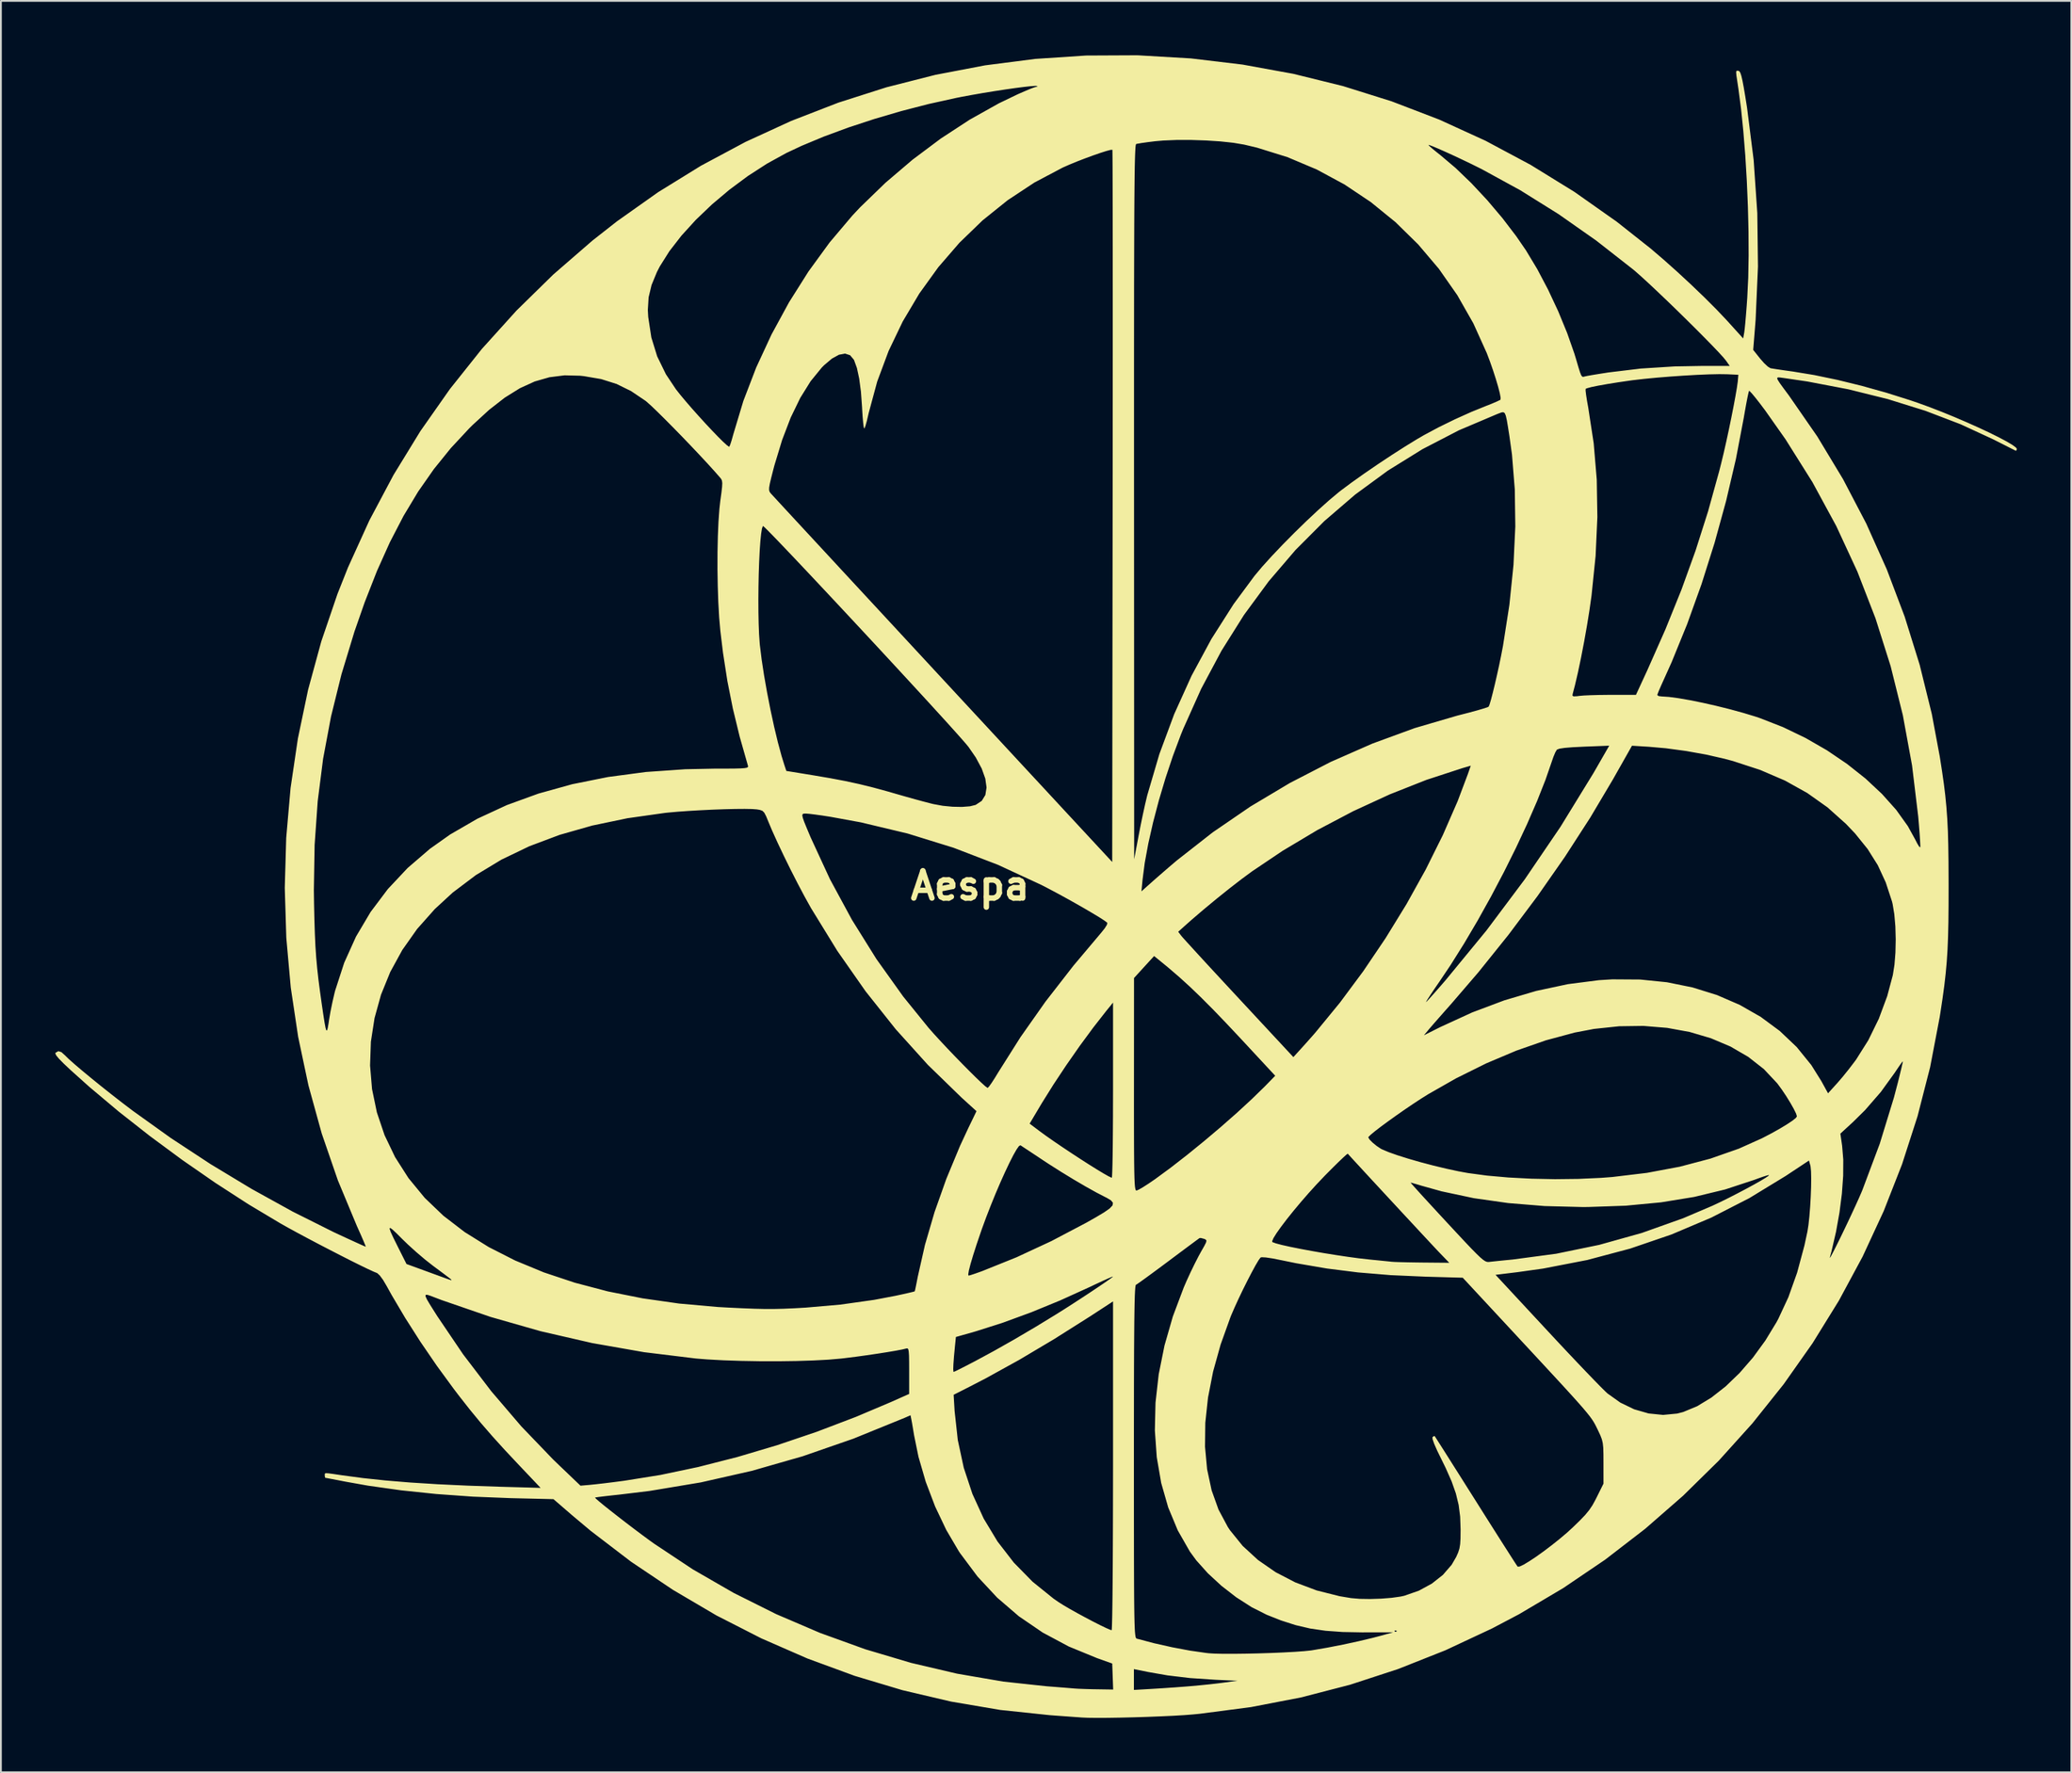
<source format=kicad_pcb>
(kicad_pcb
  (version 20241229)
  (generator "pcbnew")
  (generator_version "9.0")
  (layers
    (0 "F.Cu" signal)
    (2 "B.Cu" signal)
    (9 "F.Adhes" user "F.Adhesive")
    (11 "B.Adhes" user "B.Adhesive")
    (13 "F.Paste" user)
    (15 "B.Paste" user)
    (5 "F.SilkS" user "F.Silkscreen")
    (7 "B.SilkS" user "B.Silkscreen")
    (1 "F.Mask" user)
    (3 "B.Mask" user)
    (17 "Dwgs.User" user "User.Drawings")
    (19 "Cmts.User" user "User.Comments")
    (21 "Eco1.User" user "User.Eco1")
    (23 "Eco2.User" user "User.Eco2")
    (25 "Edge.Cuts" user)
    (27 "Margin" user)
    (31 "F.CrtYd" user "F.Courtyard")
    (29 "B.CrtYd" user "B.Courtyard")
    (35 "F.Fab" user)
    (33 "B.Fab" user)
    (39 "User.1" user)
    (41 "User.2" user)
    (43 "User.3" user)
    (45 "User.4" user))
  (footprint "Aespa"
    (layer "F.Cu")
    (at 50.432 45.812)
    (property "Reference" "Aespa" (at 0 0 0) (layer "F.SilkS") (effects (font (size 1.5 1.5) (thickness 0.3))))
    (attr board_only exclude_from_pos_files exclude_from_bom)
    (fp_poly (pts (xy 9.288 -45.809) (xy 12.176 -45.639) (xy 15.018 -45.299) (xy 17.811 -44.79) (xy 20.551 -44.114) (xy 23.234 -43.272) (xy 25.856 -42.266) (xy 28.412 -41.097) (xy 30.898 -39.767) (xy 33.312 -38.277) (xy 35.647 -36.63) (xy 37.508 -35.157) (xy 38.231 -34.538) (xy 38.992 -33.859) (xy 39.755 -33.151) (xy 40.486 -32.449) (xy 41.15 -31.784) (xy 41.713 -31.189) (xy 41.773 -31.123) (xy 42.614 -30.192) (xy 42.673 -30.517) (xy 42.698 -30.711) (xy 42.731 -31.046) (xy 42.769 -31.485) (xy 42.809 -31.993) (xy 42.84 -32.436) (xy 42.893 -33.531) (xy 42.916 -34.762) (xy 42.909 -36.091) (xy 42.875 -37.479) (xy 42.815 -38.889) (xy 42.731 -40.281) (xy 42.624 -41.619) (xy 42.497 -42.864) (xy 42.352 -43.963) (xy 42.287 -44.394) (xy 42.245 -44.679) (xy 42.228 -44.849) (xy 42.234 -44.932) (xy 42.264 -44.959) (xy 42.316 -44.96) (xy 42.342 -44.959) (xy 42.4 -44.935) (xy 42.456 -44.85) (xy 42.512 -44.684) (xy 42.574 -44.419) (xy 42.647 -44.034) (xy 42.735 -43.511) (xy 42.828 -42.923) (xy 43.192 -40.037) (xy 43.393 -37.106) (xy 43.43 -34.161) (xy 43.301 -31.226) (xy 43.266 -30.778) (xy 43.167 -29.561) (xy 43.554 -29.075) (xy 43.773 -28.825) (xy 43.976 -28.637) (xy 44.118 -28.551) (xy 44.118 -28.551) (xy 44.273 -28.524) (xy 44.561 -28.48) (xy 44.941 -28.424) (xy 45.357 -28.366) (xy 46.525 -28.174) (xy 47.802 -27.908) (xy 49.142 -27.58) (xy 50.498 -27.201) (xy 51.824 -26.782) (xy 52.269 -26.63) (xy 52.909 -26.397) (xy 53.58 -26.136) (xy 54.262 -25.857) (xy 54.934 -25.569) (xy 55.577 -25.281) (xy 56.171 -25.003) (xy 56.695 -24.744) (xy 57.13 -24.513) (xy 57.456 -24.319) (xy 57.652 -24.173) (xy 57.703 -24.096) (xy 57.667 -24) (xy 57.637 -24) (xy 57.538 -24.049) (xy 57.311 -24.163) (xy 56.987 -24.328) (xy 56.594 -24.527) (xy 56.42 -24.616) (xy 54.606 -25.456) (xy 52.657 -26.201) (xy 50.587 -26.846) (xy 48.413 -27.387) (xy 46.152 -27.818) (xy 44.839 -28.012) (xy 44.656 -28.037) (xy 44.537 -28.044) (xy 44.487 -28.01) (xy 44.514 -27.917) (xy 44.624 -27.742) (xy 44.823 -27.466) (xy 45.118 -27.069) (xy 45.146 -27.031) (xy 46.7 -24.785) (xy 48.119 -22.431) (xy 49.399 -19.982) (xy 50.533 -17.449) (xy 51.517 -14.847) (xy 52.345 -12.187) (xy 53.012 -9.483) (xy 53.453 -7.124) (xy 53.575 -6.338) (xy 53.676 -5.633) (xy 53.756 -4.978) (xy 53.818 -4.343) (xy 53.865 -3.696) (xy 53.899 -3.006) (xy 53.92 -2.243) (xy 53.933 -1.375) (xy 53.938 -0.371) (xy 53.939 0) (xy 53.937 1.066) (xy 53.928 1.987) (xy 53.909 2.793) (xy 53.88 3.517) (xy 53.837 4.189) (xy 53.778 4.841) (xy 53.702 5.506) (xy 53.606 6.212) (xy 53.488 6.994) (xy 53.449 7.242) (xy 52.922 10.002) (xy 52.228 12.71) (xy 51.374 15.36) (xy 50.362 17.944) (xy 49.199 20.456) (xy 47.889 22.889) (xy 46.437 25.238) (xy 44.847 27.495) (xy 43.124 29.654) (xy 41.274 31.708) (xy 39.3 33.65) (xy 37.209 35.475) (xy 35.004 37.176) (xy 32.69 38.745) (xy 30.272 40.177) (xy 28.78 40.965) (xy 26.196 42.175) (xy 23.583 43.211) (xy 20.933 44.077) (xy 18.237 44.775) (xy 15.487 45.306) (xy 12.673 45.674) (xy 12.296 45.711) (xy 11.805 45.75) (xy 11.2 45.786) (xy 10.514 45.818) (xy 9.777 45.847) (xy 9.024 45.871) (xy 8.287 45.888) (xy 7.597 45.899) (xy 6.988 45.902) (xy 6.492 45.896) (xy 6.151 45.882) (xy 5.902 45.863) (xy 5.522 45.836) (xy 5.056 45.802) (xy 4.551 45.765) (xy 4.381 45.752) (xy 1.656 45.464) (xy -1.051 45.004) (xy -3.731 44.375) (xy -6.375 43.581) (xy -8.971 42.627) (xy -11.511 41.516) (xy -13.986 40.252) (xy -16.384 38.84) (xy -18.698 37.284) (xy -20.916 35.587) (xy -21.95 34.719) (xy -22.97 33.837) (xy -25.358 33.78) (xy -26.133 33.749) (xy -20.68 33.749) (xy -20.627 33.813) (xy -20.452 33.966) (xy -20.179 34.191) (xy -19.828 34.471) (xy -19.421 34.79) (xy -18.98 35.132) (xy -18.525 35.478) (xy -18.079 35.813) (xy -17.662 36.12) (xy -17.424 36.291) (xy -15.289 37.709) (xy -13.039 39.007) (xy -10.693 40.179) (xy -8.269 41.218) (xy -5.786 42.116) (xy -3.264 42.867) (xy -0.719 43.464) (xy 1.828 43.901) (xy 4.204 44.158) (xy 4.682 44.195) (xy 5.123 44.23) (xy 5.484 44.259) (xy 5.72 44.279) (xy 5.753 44.282) (xy 5.974 44.296) (xy 6.318 44.309) (xy 6.726 44.321) (xy 6.973 44.325) (xy 7.884 44.339) (xy 7.864 43.786) (xy 9.027 43.786) (xy 9.027 44.361) (xy 10.067 44.3) (xy 10.623 44.265) (xy 11.251 44.222) (xy 11.852 44.177) (xy 12.125 44.155) (xy 12.639 44.108) (xy 13.191 44.052) (xy 13.697 43.994) (xy 13.939 43.963) (xy 14.736 43.855) (xy 13.497 43.798) (xy 12.124 43.706) (xy 10.869 43.556) (xy 9.802 43.369) (xy 9.027 43.212) (xy 9.027 43.786) (xy 7.864 43.786) (xy 7.858 43.622) (xy 7.832 42.904) (xy 6.992 42.605) (xy 5.436 41.965) (xy 4.003 41.198) (xy 2.688 40.3) (xy 1.491 39.27) (xy 0.409 38.108) (xy -0.559 36.811) (xy -0.627 36.709) (xy -1.317 35.534) (xy -1.931 34.241) (xy -2.448 32.88) (xy -2.849 31.499) (xy -3.091 30.312) (xy -3.149 29.962) (xy -3.202 29.649) (xy -3.239 29.451) (xy -3.288 29.209) (xy -3.613 29.351) (xy -6.431 30.498) (xy -9.236 31.472) (xy -12.039 32.276) (xy -14.85 32.913) (xy -17.679 33.385) (xy -19.332 33.585) (xy -19.795 33.635) (xy -20.19 33.68) (xy -20.487 33.717) (xy -20.655 33.742) (xy -20.68 33.749) (xy -26.133 33.749) (xy -27.408 33.698) (xy -29.421 33.554) (xy -31.36 33.351) (xy -33.191 33.093) (xy -34.427 32.873) (xy -34.845 32.792) (xy -35.194 32.725) (xy -35.441 32.678) (xy -35.553 32.658) (xy -35.556 32.657) (xy -35.575 32.585) (xy -35.578 32.524) (xy -35.58 32.46) (xy -35.566 32.42) (xy -35.505 32.404) (xy -35.367 32.413) (xy -35.122 32.446) (xy -34.738 32.503) (xy -34.626 32.52) (xy -33.48 32.673) (xy -32.23 32.806) (xy -30.861 32.919) (xy -29.358 33.014) (xy -27.709 33.091) (xy -25.897 33.153) (xy -25.89 33.153) (xy -23.68 33.215) (xy -24.888 31.94) (xy -25.669 31.107) (xy -26.352 30.352) (xy -26.971 29.637) (xy -27.56 28.922) (xy -28.152 28.169) (xy -28.458 27.768) (xy -29.398 26.482) (xy -30.304 25.157) (xy -31.146 23.837) (xy -31.848 22.649) (xy -30.024 22.649) (xy -29.945 22.823) (xy -29.777 23.106) (xy -29.519 23.516) (xy -29.376 23.742) (xy -27.952 25.847) (xy -26.399 27.884) (xy -24.743 29.822) (xy -23.01 31.627) (xy -22.67 31.956) (xy -21.481 33.094) (xy -20.94 33.046) (xy -20.654 33.017) (xy -20.241 32.97) (xy -19.751 32.91) (xy -19.232 32.843) (xy -19.072 32.822) (xy -17.08 32.503) (xy -14.995 32.064) (xy -12.843 31.515) (xy -10.655 30.865) (xy -8.459 30.121) (xy -6.284 29.292) (xy -4.359 28.476) (xy -3.468 28.079) (xy -0.91 28.079) (xy -0.857 28.974) (xy -0.682 30.573) (xy -0.354 32.1) (xy 0.124 33.547) (xy 0.746 34.908) (xy 1.509 36.174) (xy 2.408 37.337) (xy 3.44 38.39) (xy 4.599 39.326) (xy 4.887 39.525) (xy 5.147 39.689) (xy 5.496 39.894) (xy 5.902 40.121) (xy 6.335 40.356) (xy 6.763 40.582) (xy 7.156 40.782) (xy 7.482 40.939) (xy 7.71 41.039) (xy 7.801 41.065) (xy 7.811 40.978) (xy 7.821 40.726) (xy 7.831 40.321) (xy 7.84 39.774) (xy 7.848 39.096) (xy 7.855 38.3) (xy 7.862 37.397) (xy 7.867 36.4) (xy 7.871 35.318) (xy 7.874 34.166) (xy 7.876 32.953) (xy 7.877 31.997) (xy 7.877 31.771) (xy 9.027 31.771) (xy 9.027 33.293) (xy 9.028 34.648) (xy 9.029 35.846) (xy 9.03 36.896) (xy 9.033 37.807) (xy 9.036 38.591) (xy 9.04 39.255) (xy 9.046 39.812) (xy 9.053 40.269) (xy 9.062 40.636) (xy 9.072 40.925) (xy 9.084 41.143) (xy 9.099 41.302) (xy 9.115 41.41) (xy 9.134 41.478) (xy 9.155 41.514) (xy 9.179 41.53) (xy 9.182 41.531) (xy 10.144 41.785) (xy 11.143 42.009) (xy 12.117 42.192) (xy 13.002 42.32) (xy 13.143 42.336) (xy 13.477 42.357) (xy 13.955 42.368) (xy 14.54 42.368) (xy 15.199 42.36) (xy 15.898 42.344) (xy 16.601 42.322) (xy 17.276 42.293) (xy 17.887 42.26) (xy 18.401 42.223) (xy 18.783 42.183) (xy 18.851 42.173) (xy 19.678 42.031) (xy 20.556 41.86) (xy 21.419 41.673) (xy 22.205 41.485) (xy 22.568 41.39) (xy 23.32 41.183) (xy 21.594 41.185) (xy 20.53 41.165) (xy 19.596 41.097) (xy 19.574 41.094) (xy 23.394 41.094) (xy 23.406 41.147) (xy 23.453 41.153) (xy 23.526 41.121) (xy 23.512 41.094) (xy 23.407 41.084) (xy 23.394 41.094) (xy 19.574 41.094) (xy 18.747 40.974) (xy 17.942 40.786) (xy 17.136 40.527) (xy 16.348 40.214) (xy 15.514 39.793) (xy 14.669 39.25) (xy 13.853 38.617) (xy 13.105 37.926) (xy 12.465 37.211) (xy 12.112 36.728) (xy 11.445 35.559) (xy 10.918 34.293) (xy 10.532 32.944) (xy 10.287 31.522) (xy 10.246 30.944) (xy 12.947 30.944) (xy 13.063 32.189) (xy 13.311 33.348) (xy 13.691 34.412) (xy 14.204 35.371) (xy 14.32 35.546) (xy 15.024 36.417) (xy 15.869 37.193) (xy 16.84 37.866) (xy 17.923 38.428) (xy 19.105 38.873) (xy 20.371 39.191) (xy 20.994 39.295) (xy 21.473 39.336) (xy 22.045 39.345) (xy 22.652 39.326) (xy 23.234 39.28) (xy 23.731 39.21) (xy 23.94 39.164) (xy 24.736 38.886) (xy 25.452 38.496) (xy 26.063 38.013) (xy 26.545 37.455) (xy 26.796 37.021) (xy 26.903 36.778) (xy 26.973 36.559) (xy 27.013 36.316) (xy 27.032 36.001) (xy 27.037 35.564) (xy 27.037 35.489) (xy 27.012 34.796) (xy 26.929 34.154) (xy 26.776 33.521) (xy 26.542 32.857) (xy 26.215 32.118) (xy 26.004 31.687) (xy 25.749 31.166) (xy 25.577 30.774) (xy 25.49 30.519) (xy 25.488 30.409) (xy 25.587 30.354) (xy 25.61 30.362) (xy 25.663 30.442) (xy 25.801 30.658) (xy 26.014 30.993) (xy 26.294 31.434) (xy 26.63 31.966) (xy 27.014 32.573) (xy 27.436 33.242) (xy 27.877 33.94) (xy 28.328 34.656) (xy 28.752 35.327) (xy 29.139 35.937) (xy 29.48 36.472) (xy 29.764 36.917) (xy 29.982 37.257) (xy 30.125 37.476) (xy 30.183 37.56) (xy 30.292 37.553) (xy 30.513 37.449) (xy 30.823 37.263) (xy 31.199 37.013) (xy 31.617 36.714) (xy 32.054 36.383) (xy 32.488 36.037) (xy 32.896 35.692) (xy 33.223 35.393) (xy 33.617 35.01) (xy 33.909 34.704) (xy 34.128 34.437) (xy 34.307 34.17) (xy 34.474 33.865) (xy 34.538 33.738) (xy 34.914 32.98) (xy 34.913 31.823) (xy 34.911 31.348) (xy 34.901 31.005) (xy 34.875 30.75) (xy 34.825 30.537) (xy 34.743 30.321) (xy 34.621 30.059) (xy 34.594 30.002) (xy 34.521 29.853) (xy 34.451 29.715) (xy 34.373 29.579) (xy 34.279 29.434) (xy 34.16 29.269) (xy 34.005 29.074) (xy 33.807 28.837) (xy 33.555 28.549) (xy 33.241 28.198) (xy 32.856 27.774) (xy 32.389 27.266) (xy 31.833 26.664) (xy 31.178 25.956) (xy 30.414 25.133) (xy 30.15 24.848) (xy 27.156 21.622) (xy 25.096 21.564) (xy 23.181 21.479) (xy 22.978 21.462) (xy 28.963 21.462) (xy 31.806 24.526) (xy 32.398 25.162) (xy 32.969 25.771) (xy 33.505 26.338) (xy 33.991 26.848) (xy 34.413 27.286) (xy 34.756 27.637) (xy 35.007 27.886) (xy 35.135 28.006) (xy 35.841 28.51) (xy 36.605 28.88) (xy 37.401 29.109) (xy 38.201 29.19) (xy 38.976 29.115) (xy 39.308 29.03) (xy 40.076 28.711) (xy 40.862 28.234) (xy 41.648 27.617) (xy 42.416 26.877) (xy 43.151 26.03) (xy 43.834 25.092) (xy 44.449 24.081) (xy 44.552 23.89) (xy 45.107 22.695) (xy 45.588 21.344) (xy 45.814 20.503) (xy 47.391 20.503) (xy 47.399 20.523) (xy 47.471 20.404) (xy 47.595 20.17) (xy 47.759 19.844) (xy 47.955 19.448) (xy 48.169 19.005) (xy 48.392 18.538) (xy 48.612 18.069) (xy 48.819 17.621) (xy 49.001 17.218) (xy 49.147 16.881) (xy 49.191 16.774) (xy 50.144 14.23) (xy 50.925 11.683) (xy 51.15 10.825) (xy 51.252 10.41) (xy 51.337 10.059) (xy 51.395 9.807) (xy 51.419 9.688) (xy 51.42 9.685) (xy 51.375 9.727) (xy 51.256 9.889) (xy 51.084 10.142) (xy 50.965 10.321) (xy 50.204 11.373) (xy 49.332 12.378) (xy 48.673 13.029) (xy 47.972 13.674) (xy 48.069 14.337) (xy 48.133 15.102) (xy 48.128 15.995) (xy 48.057 16.98) (xy 47.924 18.024) (xy 47.732 19.092) (xy 47.486 20.152) (xy 47.391 20.503) (xy 45.814 20.503) (xy 45.992 19.842) (xy 46.157 19.072) (xy 46.214 18.709) (xy 46.264 18.245) (xy 46.306 17.719) (xy 46.338 17.168) (xy 46.358 16.631) (xy 46.364 16.145) (xy 46.355 15.749) (xy 46.329 15.48) (xy 46.319 15.433) (xy 46.242 15.157) (xy 44.958 16.008) (xy 42.953 17.231) (xy 40.85 18.309) (xy 38.657 19.238) (xy 36.378 20.017) (xy 34.02 20.644) (xy 31.588 21.116) (xy 30.169 21.315) (xy 28.963 21.462) (xy 22.978 21.462) (xy 21.387 21.33) (xy 19.666 21.113) (xy 17.971 20.822) (xy 17.159 20.656) (xy 16.673 20.559) (xy 16.305 20.504) (xy 16.075 20.491) (xy 16.007 20.509) (xy 15.896 20.662) (xy 15.728 20.946) (xy 15.519 21.331) (xy 15.284 21.785) (xy 15.038 22.278) (xy 14.798 22.779) (xy 14.579 23.258) (xy 14.395 23.683) (xy 14.351 23.792) (xy 13.806 25.312) (xy 13.393 26.798) (xy 13.112 28.239) (xy 12.963 29.624) (xy 12.947 30.944) (xy 10.246 30.944) (xy 10.182 30.041) (xy 10.218 28.512) (xy 10.395 26.948) (xy 10.714 25.36) (xy 11.173 23.761) (xy 11.774 22.162) (xy 11.932 21.796) (xy 12.145 21.332) (xy 12.377 20.855) (xy 12.595 20.428) (xy 12.733 20.177) (xy 12.908 19.869) (xy 13.004 19.679) (xy 13.019 19.608) (xy 16.648 19.608) (xy 16.661 19.657) (xy 16.853 19.727) (xy 17.193 19.817) (xy 17.654 19.92) (xy 18.209 20.031) (xy 18.829 20.147) (xy 19.489 20.262) (xy 20.16 20.37) (xy 20.816 20.468) (xy 21.428 20.551) (xy 21.971 20.612) (xy 21.993 20.615) (xy 22.418 20.657) (xy 22.804 20.696) (xy 23.099 20.726) (xy 23.232 20.741) (xy 23.409 20.752) (xy 23.726 20.763) (xy 24.148 20.773) (xy 24.635 20.781) (xy 24.955 20.785) (xy 26.412 20.798) (xy 25.921 20.289) (xy 25.785 20.147) (xy 25.553 19.899) (xy 25.239 19.562) (xy 24.859 19.154) (xy 24.43 18.691) (xy 23.965 18.191) (xy 23.482 17.67) (xy 22.995 17.144) (xy 22.521 16.632) (xy 22.282 16.373) (xy 24.281 16.373) (xy 24.329 16.435) (xy 24.485 16.612) (xy 24.734 16.889) (xy 25.064 17.251) (xy 25.46 17.682) (xy 25.909 18.169) (xy 26.288 18.579) (xy 26.84 19.173) (xy 27.285 19.65) (xy 27.638 20.021) (xy 27.912 20.3) (xy 28.121 20.5) (xy 28.277 20.632) (xy 28.395 20.71) (xy 28.488 20.747) (xy 28.569 20.754) (xy 28.615 20.75) (xy 28.816 20.728) (xy 29.145 20.693) (xy 29.552 20.652) (xy 29.914 20.617) (xy 32.303 20.299) (xy 34.679 19.809) (xy 37.021 19.154) (xy 39.307 18.34) (xy 40.932 17.646) (xy 41.364 17.442) (xy 41.832 17.21) (xy 42.312 16.964) (xy 42.779 16.718) (xy 43.207 16.485) (xy 43.572 16.278) (xy 43.848 16.112) (xy 44.011 16) (xy 44.042 15.958) (xy 43.952 15.973) (xy 43.734 16.041) (xy 43.426 16.149) (xy 43.224 16.224) (xy 41.623 16.752) (xy 39.915 17.165) (xy 38.091 17.463) (xy 36.144 17.648) (xy 34.067 17.72) (xy 33.763 17.722) (xy 31.666 17.668) (xy 29.663 17.504) (xy 27.768 17.234) (xy 25.995 16.857) (xy 24.882 16.546) (xy 24.591 16.458) (xy 24.374 16.396) (xy 24.281 16.373) (xy 22.282 16.373) (xy 22.075 16.15) (xy 21.673 15.714) (xy 21.331 15.342) (xy 21.063 15.051) (xy 20.886 14.857) (xy 20.818 14.78) (xy 20.748 14.827) (xy 20.575 14.983) (xy 20.316 15.23) (xy 19.991 15.55) (xy 19.619 15.925) (xy 19.527 16.019) (xy 19.094 16.475) (xy 18.656 16.959) (xy 18.226 17.454) (xy 17.82 17.94) (xy 17.452 18.4) (xy 17.137 18.815) (xy 16.888 19.166) (xy 16.72 19.437) (xy 16.648 19.608) (xy 13.019 19.608) (xy 13.026 19.573) (xy 12.985 19.516) (xy 12.897 19.477) (xy 12.723 19.431) (xy 12.644 19.435) (xy 12.56 19.496) (xy 12.355 19.647) (xy 12.049 19.874) (xy 11.663 20.162) (xy 11.217 20.495) (xy 10.918 20.719) (xy 10.442 21.074) (xy 10.008 21.394) (xy 9.64 21.663) (xy 9.358 21.866) (xy 9.183 21.986) (xy 9.138 22.013) (xy 9.12 22.053) (xy 9.104 22.164) (xy 9.09 22.354) (xy 9.077 22.631) (xy 9.066 23.004) (xy 9.057 23.481) (xy 9.049 24.07) (xy 9.043 24.78) (xy 9.037 25.618) (xy 9.033 26.593) (xy 9.03 27.713) (xy 9.029 28.987) (xy 9.027 30.423) (xy 9.027 31.771) (xy 7.877 31.771) (xy 7.877 22.928) (xy 6.616 23.751) (xy 4.626 25.01) (xy 2.699 26.156) (xy 0.852 27.176) (xy 0.009 27.613) (xy -0.91 28.079) (xy -3.468 28.079) (xy -3.363 28.033) (xy -3.363 26.755) (xy -3.363 26.674) (xy -0.933 26.674) (xy -0.92 26.804) (xy -0.908 26.816) (xy -0.815 26.777) (xy -0.595 26.67) (xy -0.278 26.509) (xy 0.107 26.31) (xy 0.258 26.231) (xy 1.307 25.664) (xy 2.442 25.021) (xy 3.608 24.334) (xy 4.735 23.645) (xy 5.184 23.363) (xy 5.661 23.057) (xy 6.144 22.743) (xy 6.609 22.437) (xy 7.034 22.153) (xy 7.396 21.908) (xy 7.672 21.716) (xy 7.838 21.593) (xy 7.877 21.555) (xy 7.801 21.579) (xy 7.592 21.669) (xy 7.276 21.812) (xy 6.878 21.997) (xy 6.527 22.163) (xy 4.951 22.879) (xy 3.362 23.531) (xy 1.803 24.103) (xy 0.321 24.576) (xy 0.071 24.648) (xy -0.786 24.89) (xy -0.832 25.344) (xy -0.89 25.952) (xy -0.923 26.393) (xy -0.933 26.674) (xy -3.363 26.674) (xy -3.365 26.255) (xy -3.371 25.908) (xy -3.387 25.686) (xy -3.413 25.565) (xy -3.455 25.52) (xy -3.515 25.524) (xy -3.518 25.525) (xy -3.737 25.578) (xy -4.098 25.647) (xy -4.568 25.726) (xy -5.112 25.812) (xy -5.698 25.898) (xy -6.291 25.98) (xy -6.858 26.051) (xy -7.103 26.08) (xy -7.798 26.141) (xy -8.633 26.186) (xy -9.57 26.216) (xy -10.572 26.23) (xy -11.602 26.228) (xy -12.624 26.21) (xy -13.6 26.177) (xy -14.493 26.128) (xy -15.119 26.078) (xy -17.978 25.729) (xy -20.838 25.226) (xy -23.67 24.575) (xy -26.442 23.783) (xy -29.124 22.859) (xy -29.502 22.715) (xy -29.755 22.618) (xy -29.927 22.563) (xy -30.018 22.568) (xy -30.024 22.649) (xy -31.848 22.649) (xy -31.895 22.569) (xy -32.178 22.059) (xy -32.368 21.738) (xy -32.547 21.496) (xy -32.685 21.369) (xy -32.701 21.362) (xy -32.887 21.286) (xy -33.204 21.14) (xy -33.63 20.933) (xy -34.139 20.68) (xy -34.707 20.391) (xy -35.312 20.08) (xy -35.929 19.759) (xy -36.534 19.44) (xy -37.103 19.135) (xy -37.611 18.857) (xy -38.011 18.632) (xy -39.788 17.569) (xy -41.607 16.391) (xy -43.43 15.128) (xy -45.221 13.805) (xy -46.942 12.452) (xy -48.554 11.096) (xy -49.574 10.181) (xy -49.969 9.809) (xy -50.236 9.537) (xy -50.387 9.352) (xy -50.432 9.242) (xy -50.42 9.213) (xy -50.265 9.124) (xy -50.095 9.178) (xy -49.908 9.347) (xy -49.699 9.551) (xy -49.371 9.843) (xy -48.948 10.203) (xy -48.451 10.614) (xy -47.905 11.057) (xy -47.332 11.512) (xy -46.755 11.962) (xy -46.197 12.386) (xy -46.155 12.418) (xy -44.065 13.915) (xy -41.873 15.356) (xy -39.619 16.718) (xy -37.348 17.974) (xy -35.102 19.099) (xy -34.762 19.258) (xy -34.304 19.47) (xy -33.904 19.653) (xy -33.589 19.796) (xy -33.386 19.886) (xy -33.32 19.913) (xy -33.343 19.837) (xy -33.428 19.63) (xy -33.562 19.319) (xy -33.734 18.933) (xy -33.744 18.911) (xy -32.008 18.911) (xy -31.949 19.087) (xy -31.803 19.405) (xy -31.572 19.871) (xy -31.518 19.979) (xy -31.073 20.865) (xy -29.984 21.263) (xy -29.566 21.416) (xy -29.2 21.549) (xy -28.924 21.65) (xy -28.773 21.705) (xy -28.763 21.709) (xy -28.607 21.759) (xy -28.592 21.739) (xy -28.635 21.698) (xy -28.735 21.619) (xy -28.947 21.458) (xy -29.241 21.239) (xy -29.585 20.983) (xy -29.604 20.969) (xy -30.041 20.626) (xy -30.53 20.211) (xy -31.003 19.782) (xy -31.308 19.486) (xy -31.63 19.164) (xy -31.851 18.957) (xy -31.976 18.87) (xy -32.008 18.911) (xy -33.744 18.911) (xy -33.803 18.78) (xy -34.855 16.253) (xy -35.747 13.662) (xy -36.477 11.018) (xy -36.711 9.914) (xy -33.082 9.914) (xy -32.972 11.217) (xy -32.706 12.502) (xy -32.283 13.756) (xy -31.703 14.967) (xy -30.966 16.123) (xy -30.072 17.212) (xy -30.063 17.222) (xy -29.04 18.202) (xy -27.864 19.105) (xy -26.543 19.929) (xy -25.086 20.671) (xy -23.5 21.328) (xy -21.794 21.897) (xy -19.975 22.376) (xy -18.052 22.76) (xy -16.033 23.048) (xy -13.926 23.236) (xy -13.364 23.268) (xy -12.57 23.306) (xy -11.908 23.332) (xy -11.335 23.345) (xy -10.806 23.345) (xy -10.278 23.333) (xy -9.705 23.308) (xy -9.071 23.272) (xy -7.153 23.105) (xy -5.3 22.844) (xy -4.126 22.621) (xy -3.72 22.533) (xy -3.383 22.457) (xy -3.15 22.401) (xy -3.056 22.372) (xy -3.055 22.372) (xy -3.031 22.28) (xy -2.983 22.054) (xy -2.92 21.734) (xy -2.884 21.55) (xy -2.859 21.44) (xy -0.107 21.44) (xy -0.088 21.506) (xy 0.025 21.477) (xy 0.26 21.4) (xy 0.571 21.29) (xy 0.68 21.25) (xy 2.559 20.493) (xy 4.479 19.6) (xy 6.397 18.59) (xy 6.925 18.291) (xy 7.382 18.018) (xy 7.687 17.805) (xy 7.848 17.635) (xy 7.873 17.491) (xy 7.768 17.359) (xy 7.543 17.221) (xy 7.456 17.178) (xy 6.964 16.924) (xy 6.366 16.59) (xy 5.701 16.2) (xy 5.008 15.777) (xy 4.326 15.343) (xy 4.027 15.146) (xy 3.624 14.878) (xy 3.268 14.643) (xy 2.989 14.458) (xy 2.814 14.342) (xy 2.772 14.315) (xy 2.69 14.36) (xy 2.555 14.552) (xy 2.375 14.869) (xy 2.161 15.291) (xy 1.92 15.8) (xy 1.662 16.374) (xy 1.397 16.994) (xy 1.134 17.641) (xy 0.881 18.293) (xy 0.647 18.931) (xy 0.598 19.072) (xy 0.359 19.774) (xy 0.166 20.375) (xy 0.022 20.861) (xy -0.07 21.221) (xy -0.107 21.44) (xy -2.859 21.44) (xy -2.491 19.809) (xy -1.964 18.004) (xy -1.315 16.172) (xy -0.558 14.348) (xy -0.098 13.359) (xy 0.017 13.122) (xy 3.279 13.122) (xy 3.83 13.537) (xy 4.179 13.792) (xy 4.601 14.088) (xy 5.073 14.409) (xy 5.571 14.741) (xy 6.071 15.068) (xy 6.551 15.376) (xy 6.986 15.648) (xy 7.353 15.87) (xy 7.629 16.026) (xy 7.789 16.101) (xy 7.81 16.106) (xy 7.823 16.02) (xy 7.834 15.774) (xy 7.845 15.382) (xy 7.855 14.862) (xy 7.863 14.229) (xy 7.869 13.499) (xy 7.874 12.688) (xy 7.875 12.122) (xy 9.03 12.122) (xy 9.031 13.126) (xy 9.033 13.979) (xy 9.036 14.691) (xy 9.041 15.275) (xy 9.048 15.743) (xy 9.057 16.108) (xy 9.069 16.382) (xy 9.084 16.577) (xy 9.103 16.705) (xy 9.124 16.779) (xy 9.149 16.811) (xy 9.166 16.815) (xy 9.288 16.766) (xy 9.52 16.633) (xy 9.83 16.434) (xy 10.184 16.192) (xy 10.205 16.177) (xy 11.045 15.56) (xy 11.95 14.856) (xy 12.887 14.094) (xy 13.144 13.877) (xy 21.948 13.877) (xy 22.015 13.997) (xy 22.185 14.169) (xy 22.409 14.352) (xy 22.641 14.506) (xy 22.701 14.538) (xy 23.063 14.692) (xy 23.563 14.869) (xy 24.168 15.059) (xy 24.841 15.252) (xy 25.547 15.438) (xy 26.251 15.607) (xy 26.917 15.751) (xy 27.436 15.846) (xy 28.489 15.988) (xy 29.672 16.093) (xy 30.938 16.159) (xy 32.242 16.185) (xy 33.541 16.17) (xy 34.79 16.113) (xy 35.401 16.066) (xy 37.311 15.837) (xy 39.118 15.498) (xy 40.809 15.052) (xy 42.375 14.502) (xy 43.65 13.93) (xy 44.154 13.667) (xy 44.618 13.408) (xy 45.016 13.168) (xy 45.325 12.963) (xy 45.52 12.806) (xy 45.578 12.722) (xy 45.53 12.565) (xy 45.401 12.302) (xy 45.212 11.969) (xy 44.987 11.604) (xy 44.746 11.244) (xy 44.513 10.926) (xy 44.486 10.892) (xy 43.756 10.114) (xy 42.894 9.438) (xy 41.915 8.869) (xy 40.833 8.41) (xy 39.663 8.065) (xy 38.42 7.838) (xy 37.117 7.731) (xy 35.771 7.75) (xy 34.394 7.896) (xy 33.323 8.099) (xy 31.743 8.525) (xy 30.109 9.095) (xy 28.446 9.799) (xy 26.781 10.626) (xy 25.238 11.506) (xy 24.845 11.753) (xy 24.405 12.042) (xy 23.941 12.357) (xy 23.476 12.682) (xy 23.034 12.999) (xy 22.638 13.291) (xy 22.311 13.543) (xy 22.077 13.737) (xy 21.958 13.856) (xy 21.948 13.877) (xy 13.144 13.877) (xy 13.82 13.305) (xy 14.714 12.518) (xy 15.532 11.763) (xy 16.241 11.071) (xy 16.307 11.003) (xy 16.817 10.48) (xy 14.931 8.448) (xy 14.106 7.569) (xy 13.374 6.808) (xy 12.713 6.145) (xy 12.104 5.56) (xy 11.527 5.035) (xy 10.962 4.549) (xy 10.757 4.379) (xy 10.141 3.876) (xy 9.587 4.482) (xy 9.034 5.089) (xy 9.031 10.952) (xy 9.03 12.122) (xy 7.875 12.122) (xy 7.876 11.812) (xy 7.877 11.276) (xy 7.877 6.444) (xy 7.493 6.917) (xy 6.789 7.818) (xy 6.047 8.826) (xy 5.305 9.89) (xy 4.598 10.956) (xy 3.964 11.971) (xy 3.878 12.114) (xy 3.279 13.122) (xy 0.017 13.122) (xy 0.349 12.434) (xy -0.467 11.692) (xy -2.331 9.879) (xy -4.098 7.92) (xy -5.763 5.823) (xy -7.322 3.593) (xy -8.769 1.238) (xy -8.789 1.203) (xy -9.134 0.581) (xy -9.511 -0.131) (xy -9.899 -0.893) (xy -10.277 -1.662) (xy -10.625 -2.397) (xy -10.922 -3.055) (xy -11.116 -3.516) (xy -11.248 -3.837) (xy -11.275 -3.889) (xy -9.254 -3.889) (xy -9.229 -3.754) (xy -9.15 -3.529) (xy -9.012 -3.189) (xy -8.811 -2.711) (xy -8.787 -2.655) (xy -7.73 -0.365) (xy -6.517 1.877) (xy -5.165 4.045) (xy -3.69 6.111) (xy -2.292 7.838) (xy -1.998 8.171) (xy -1.645 8.556) (xy -1.255 8.973) (xy -0.844 9.403) (xy -0.434 9.825) (xy -0.042 10.221) (xy 0.311 10.571) (xy 0.607 10.854) (xy 0.826 11.053) (xy 0.95 11.146) (xy 0.964 11.151) (xy 1.037 11.08) (xy 1.177 10.885) (xy 1.363 10.598) (xy 1.552 10.288) (xy 2.776 8.349) (xy 4.154 6.391) (xy 5.694 4.408) (xy 7.205 2.614) (xy 7.267 2.537) (xy 11.469 2.537) (xy 11.642 2.764) (xy 11.735 2.872) (xy 11.937 3.096) (xy 12.235 3.423) (xy 12.616 3.84) (xy 13.068 4.332) (xy 13.58 4.886) (xy 14.138 5.489) (xy 14.73 6.127) (xy 14.817 6.221) (xy 17.818 9.452) (xy 18.233 8.996) (xy 18.524 8.673) (xy 18.837 8.32) (xy 18.9 8.248) (xy 25.015 8.248) (xy 25.925 7.791) (xy 27.674 6.988) (xy 29.441 6.323) (xy 31.206 5.801) (xy 32.95 5.428) (xy 34.651 5.209) (xy 35.401 5.162) (xy 36.932 5.172) (xy 38.41 5.322) (xy 39.826 5.609) (xy 41.167 6.027) (xy 42.423 6.57) (xy 43.582 7.233) (xy 44.633 8.011) (xy 45.566 8.897) (xy 46.369 9.888) (xy 46.925 10.778) (xy 47.293 11.448) (xy 47.808 10.879) (xy 48.102 10.537) (xy 48.436 10.122) (xy 48.753 9.707) (xy 48.847 9.578) (xy 49.515 8.517) (xy 50.091 7.339) (xy 50.555 6.089) (xy 50.865 4.929) (xy 50.955 4.356) (xy 51.008 3.683) (xy 51.024 2.961) (xy 51.004 2.242) (xy 50.947 1.577) (xy 50.856 1.018) (xy 50.82 0.869) (xy 50.474 -0.185) (xy 50.034 -1.138) (xy 49.477 -2.025) (xy 48.783 -2.886) (xy 48.283 -3.412) (xy 47.266 -4.323) (xy 46.146 -5.118) (xy 44.913 -5.805) (xy 43.554 -6.389) (xy 42.056 -6.879) (xy 41.596 -7.003) (xy 40.569 -7.237) (xy 39.457 -7.436) (xy 38.343 -7.586) (xy 37.425 -7.667) (xy 36.485 -7.725) (xy 36.265 -7.336) (xy 36.138 -7.111) (xy 35.948 -6.775) (xy 35.719 -6.371) (xy 35.477 -5.942) (xy 35.445 -5.885) (xy 34.184 -3.76) (xy 32.787 -1.597) (xy 31.276 0.569) (xy 29.677 2.704) (xy 28.015 4.775) (xy 26.541 6.491) (xy 26.187 6.891) (xy 25.855 7.268) (xy 25.57 7.593) (xy 25.36 7.836) (xy 25.274 7.937) (xy 25.015 8.248) (xy 18.9 8.248) (xy 19.031 8.098) (xy 20.373 6.461) (xy 20.406 6.418) (xy 25.133 6.418) (xy 25.214 6.337) (xy 25.39 6.145) (xy 25.64 5.863) (xy 25.944 5.516) (xy 26.22 5.197) (xy 28.461 2.468) (xy 30.574 -0.355) (xy 32.542 -3.251) (xy 34.352 -6.2) (xy 34.549 -6.541) (xy 35.23 -7.727) (xy 33.84 -7.673) (xy 33.227 -7.643) (xy 32.78 -7.607) (xy 32.491 -7.563) (xy 32.35 -7.511) (xy 32.343 -7.504) (xy 32.258 -7.36) (xy 32.153 -7.109) (xy 32.082 -6.903) (xy 31.716 -5.844) (xy 31.253 -4.672) (xy 30.708 -3.417) (xy 30.095 -2.104) (xy 29.427 -0.76) (xy 28.718 0.586) (xy 27.982 1.909) (xy 27.233 3.18) (xy 26.484 4.374) (xy 25.859 5.305) (xy 25.593 5.692) (xy 25.374 6.019) (xy 25.217 6.261) (xy 25.136 6.397) (xy 25.133 6.418) (xy 20.406 6.418) (xy 21.669 4.716) (xy 22.902 2.89) (xy 24.055 1.012) (xy 25.112 -0.892) (xy 26.057 -2.794) (xy 26.874 -4.666) (xy 27.439 -6.166) (xy 27.598 -6.624) (xy 27.141 -6.491) (xy 25.155 -5.842) (xy 23.137 -5.044) (xy 21.12 -4.115) (xy 19.138 -3.071) (xy 17.223 -1.927) (xy 15.544 -0.797) (xy 14.958 -0.365) (xy 14.288 0.154) (xy 13.579 0.723) (xy 12.874 1.307) (xy 12.217 1.87) (xy 11.908 2.143) (xy 11.469 2.537) (xy 7.267 2.537) (xy 7.419 2.347) (xy 7.544 2.146) (xy 7.56 2.04) (xy 7.559 2.039) (xy 7.408 1.925) (xy 7.127 1.744) (xy 6.742 1.511) (xy 6.281 1.24) (xy 5.769 0.948) (xy 5.233 0.649) (xy 4.7 0.359) (xy 4.603 0.308) (xy 9.443 0.308) (xy 10.087 -0.267) (xy 10.47 -0.603) (xy 10.908 -0.983) (xy 11.32 -1.334) (xy 11.406 -1.406) (xy 13.375 -2.949) (xy 15.455 -4.374) (xy 17.627 -5.671) (xy 19.872 -6.83) (xy 22.172 -7.842) (xy 24.506 -8.697) (xy 26.857 -9.386) (xy 27.01 -9.425) (xy 27.503 -9.552) (xy 27.936 -9.669) (xy 28.28 -9.77) (xy 28.506 -9.843) (xy 28.582 -9.879) (xy 28.633 -9.998) (xy 28.711 -10.26) (xy 28.77 -10.486) (xy 33.203 -10.486) (xy 33.267 -10.447) (xy 33.448 -10.456) (xy 33.589 -10.474) (xy 33.828 -10.495) (xy 34.201 -10.512) (xy 34.468 -10.519) (xy 37.879 -10.519) (xy 37.955 -10.464) (xy 38.122 -10.443) (xy 38.523 -10.417) (xy 39.059 -10.345) (xy 39.698 -10.233) (xy 40.406 -10.089) (xy 41.151 -9.92) (xy 41.9 -9.733) (xy 42.619 -9.536) (xy 43.276 -9.337) (xy 43.543 -9.247) (xy 44.814 -8.75) (xy 46.05 -8.154) (xy 47.23 -7.474) (xy 48.338 -6.723) (xy 49.356 -5.916) (xy 50.265 -5.066) (xy 51.049 -4.189) (xy 51.688 -3.296) (xy 52.09 -2.567) (xy 52.221 -2.312) (xy 52.324 -2.152) (xy 52.376 -2.118) (xy 52.377 -2.121) (xy 52.38 -2.235) (xy 52.367 -2.496) (xy 52.342 -2.873) (xy 52.305 -3.337) (xy 52.264 -3.821) (xy 51.924 -6.641) (xy 51.417 -9.406) (xy 50.745 -12.111) (xy 49.909 -14.753) (xy 48.91 -17.33) (xy 47.75 -19.837) (xy 46.429 -22.271) (xy 44.949 -24.628) (xy 43.826 -26.223) (xy 43.54 -26.603) (xy 43.29 -26.922) (xy 43.094 -27.158) (xy 42.971 -27.288) (xy 42.94 -27.304) (xy 42.909 -27.204) (xy 42.856 -26.959) (xy 42.786 -26.6) (xy 42.706 -26.156) (xy 42.646 -25.807) (xy 42.214 -23.541) (xy 41.674 -21.231) (xy 41.038 -18.917) (xy 40.318 -16.638) (xy 39.526 -14.433) (xy 38.674 -12.342) (xy 38.243 -11.382) (xy 38.088 -11.039) (xy 37.965 -10.755) (xy 37.892 -10.568) (xy 37.879 -10.519) (xy 34.468 -10.519) (xy 34.662 -10.525) (xy 35.166 -10.531) (xy 35.357 -10.532) (xy 36.704 -10.532) (xy 37.327 -11.881) (xy 38.329 -14.145) (xy 39.213 -16.335) (xy 39.991 -18.491) (xy 40.68 -20.656) (xy 41.293 -22.87) (xy 41.407 -23.32) (xy 41.541 -23.875) (xy 41.682 -24.497) (xy 41.824 -25.155) (xy 41.96 -25.815) (xy 42.084 -26.445) (xy 42.189 -27.01) (xy 42.269 -27.478) (xy 42.316 -27.815) (xy 42.322 -27.878) (xy 42.348 -28.188) (xy 41.729 -28.217) (xy 41.302 -28.223) (xy 40.738 -28.211) (xy 40.072 -28.183) (xy 39.343 -28.141) (xy 38.587 -28.089) (xy 37.842 -28.028) (xy 37.146 -27.96) (xy 36.535 -27.89) (xy 36.374 -27.868) (xy 35.71 -27.771) (xy 35.12 -27.676) (xy 34.625 -27.588) (xy 34.246 -27.51) (xy 34.006 -27.446) (xy 33.93 -27.411) (xy 33.928 -27.311) (xy 33.956 -27.075) (xy 34.008 -26.737) (xy 34.074 -26.371) (xy 34.375 -24.405) (xy 34.543 -22.4) (xy 34.577 -20.336) (xy 34.479 -18.193) (xy 34.254 -16.002) (xy 34.141 -15.203) (xy 34.002 -14.34) (xy 33.845 -13.453) (xy 33.677 -12.583) (xy 33.507 -11.773) (xy 33.342 -11.064) (xy 33.216 -10.585) (xy 33.203 -10.486) (xy 28.77 -10.486) (xy 28.809 -10.637) (xy 28.922 -11.098) (xy 29.04 -11.613) (xy 29.159 -12.152) (xy 29.269 -12.686) (xy 29.365 -13.185) (xy 29.374 -13.231) (xy 29.727 -15.499) (xy 29.953 -17.7) (xy 30.053 -19.824) (xy 30.025 -21.857) (xy 29.869 -23.787) (xy 29.732 -24.78) (xy 29.648 -25.309) (xy 29.585 -25.686) (xy 29.529 -25.932) (xy 29.47 -26.071) (xy 29.394 -26.123) (xy 29.29 -26.111) (xy 29.146 -26.057) (xy 29.048 -26.019) (xy 26.944 -25.126) (xy 24.936 -24.085) (xy 23.027 -22.901) (xy 21.222 -21.577) (xy 19.523 -20.115) (xy 17.933 -18.519) (xy 16.457 -16.793) (xy 15.096 -14.94) (xy 13.855 -12.964) (xy 12.737 -10.867) (xy 11.745 -8.653) (xy 11.61 -8.319) (xy 11.176 -7.159) (xy 10.771 -5.945) (xy 10.404 -4.713) (xy 10.084 -3.496) (xy 9.821 -2.332) (xy 9.623 -1.255) (xy 9.507 -0.355) (xy 9.443 0.308) (xy 4.603 0.308) (xy 4.196 0.092) (xy 3.918 -0.05) (xy 1.535 -1.155) (xy -0.921 -2.099) (xy -3.442 -2.88) (xy -6.023 -3.497) (xy -7.7 -3.804) (xy -8.145 -3.873) (xy -8.548 -3.929) (xy -8.865 -3.968) (xy -9.052 -3.983) (xy -9.055 -3.983) (xy -9.163 -3.98) (xy -9.231 -3.957) (xy -9.254 -3.889) (xy -11.275 -3.889) (xy -11.349 -4.031) (xy -11.454 -4.135) (xy -11.597 -4.186) (xy -11.765 -4.214) (xy -12.027 -4.234) (xy -12.434 -4.241) (xy -12.954 -4.237) (xy -13.556 -4.222) (xy -14.209 -4.198) (xy -14.88 -4.165) (xy -15.539 -4.126) (xy -16.154 -4.082) (xy -16.693 -4.033) (xy -16.815 -4.02) (xy -18.89 -3.726) (xy -20.828 -3.322) (xy -22.631 -2.808) (xy -24.3 -2.181) (xy -25.837 -1.442) (xy -27.246 -0.59) (xy -28.527 0.377) (xy -29.515 1.288) (xy -30.486 2.382) (xy -31.304 3.542) (xy -31.969 4.757) (xy -32.479 6.013) (xy -32.835 7.3) (xy -33.036 8.604) (xy -33.082 9.914) (xy -36.711 9.914) (xy -37.046 8.331) (xy -37.453 5.611) (xy -37.699 2.869) (xy -37.779 0.239) (xy -36.18 0.239) (xy -36.17 0.967) (xy -36.149 1.88) (xy -36.124 2.655) (xy -36.093 3.333) (xy -36.051 3.954) (xy -35.996 4.557) (xy -35.926 5.182) (xy -35.836 5.87) (xy -35.747 6.505) (xy -35.659 7.109) (xy -35.59 7.549) (xy -35.537 7.833) (xy -35.493 7.974) (xy -35.455 7.98) (xy -35.418 7.863) (xy -35.377 7.633) (xy -35.343 7.404) (xy -35.263 6.942) (xy -35.154 6.407) (xy -35.035 5.897) (xy -35.002 5.771) (xy -34.507 4.247) (xy -33.856 2.804) (xy -33.053 1.448) (xy -32.103 0.184) (xy -31.011 -0.98) (xy -29.782 -2.038) (xy -28.667 -2.828) (xy -27.17 -3.696) (xy -25.545 -4.449) (xy -23.797 -5.085) (xy -21.933 -5.603) (xy -19.959 -6) (xy -17.882 -6.276) (xy -15.709 -6.428) (xy -14.096 -6.461) (xy -13.47 -6.462) (xy -13 -6.465) (xy -12.665 -6.474) (xy -12.443 -6.489) (xy -12.313 -6.512) (xy -12.253 -6.546) (xy -12.242 -6.591) (xy -12.248 -6.616) (xy -12.708 -8.235) (xy -13.081 -9.772) (xy -13.383 -11.291) (xy -13.625 -12.855) (xy -13.772 -14.072) (xy -13.836 -14.796) (xy -13.883 -15.625) (xy -13.889 -15.788) (xy -11.675 -15.788) (xy -11.672 -15.101) (xy -11.659 -14.454) (xy -11.636 -13.872) (xy -11.602 -13.379) (xy -11.592 -13.275) (xy -11.495 -12.483) (xy -11.36 -11.598) (xy -11.194 -10.658) (xy -11.007 -9.705) (xy -10.807 -8.778) (xy -10.601 -7.917) (xy -10.397 -7.162) (xy -10.25 -6.685) (xy -10.133 -6.335) (xy -8.673 -6.097) (xy -7.725 -5.936) (xy -6.896 -5.779) (xy -6.13 -5.613) (xy -5.369 -5.426) (xy -4.556 -5.205) (xy -4.086 -5.069) (xy -3.555 -4.917) (xy -3.024 -4.768) (xy -2.543 -4.638) (xy -2.161 -4.539) (xy -2.036 -4.508) (xy -1.512 -4.412) (xy -0.967 -4.359) (xy -0.45 -4.349) (xy -0.007 -4.384) (xy 0.306 -4.462) (xy 0.64 -4.684) (xy 0.839 -5.008) (xy 0.904 -5.42) (xy 0.836 -5.91) (xy 0.638 -6.466) (xy 0.31 -7.077) (xy -0.087 -7.654) (xy -0.227 -7.824) (xy -0.469 -8.102) (xy -0.804 -8.479) (xy -1.222 -8.944) (xy -1.713 -9.484) (xy -2.266 -10.09) (xy -2.872 -10.75) (xy -3.52 -11.454) (xy -4.2 -12.191) (xy -4.902 -12.95) (xy -5.615 -13.719) (xy -6.331 -14.489) (xy -7.038 -15.248) (xy -7.727 -15.985) (xy -8.387 -16.69) (xy -9.008 -17.351) (xy -9.581 -17.958) (xy -10.095 -18.5) (xy -10.539 -18.965) (xy -10.905 -19.344) (xy -11.181 -19.625) (xy -11.357 -19.796) (xy -11.424 -19.849) (xy -11.477 -19.707) (xy -11.524 -19.412) (xy -11.567 -18.988) (xy -11.603 -18.461) (xy -11.632 -17.852) (xy -11.655 -17.188) (xy -11.669 -16.492) (xy -11.675 -15.788) (xy -13.889 -15.788) (xy -13.914 -16.525) (xy -13.929 -17.458) (xy -13.927 -18.387) (xy -13.909 -19.278) (xy -13.874 -20.092) (xy -13.823 -20.794) (xy -13.774 -21.229) (xy -13.711 -21.686) (xy -13.696 -21.823) (xy -11.083 -21.823) (xy -11.053 -21.728) (xy -10.994 -21.647) (xy -10.994 -21.647) (xy -10.921 -21.567) (xy -10.735 -21.366) (xy -10.445 -21.051) (xy -10.058 -20.632) (xy -9.581 -20.116) (xy -9.022 -19.512) (xy -8.39 -18.829) (xy -7.691 -18.074) (xy -6.934 -17.255) (xy -6.126 -16.382) (xy -5.275 -15.463) (xy -4.389 -14.506) (xy -3.475 -13.518) (xy -2.542 -12.51) (xy -1.596 -11.488) (xy -0.646 -10.462) (xy 0.301 -9.44) (xy 1.237 -8.429) (xy 2.154 -7.439) (xy 3.045 -6.477) (xy 3.902 -5.553) (xy 4.716 -4.674) (xy 5.481 -3.848) (xy 6.188 -3.085) (xy 6.831 -2.392) (xy 6.943 -2.271) (xy 7.832 -1.312) (xy 7.855 -20.937) (xy 7.857 -22.789) (xy 7.858 -24.593) (xy 7.859 -26.342) (xy 7.86 -26.923) (xy 9.034 -26.923) (xy 9.034 -24.985) (xy 9.034 -22.881) (xy 9.035 -21.165) (xy 9.042 -1.46) (xy 9.291 -2.788) (xy 9.4 -3.347) (xy 9.522 -3.934) (xy 9.643 -4.486) (xy 9.75 -4.938) (xy 9.767 -5.005) (xy 10.431 -7.264) (xy 11.246 -9.462) (xy 12.204 -11.583) (xy 13.3 -13.614) (xy 14.524 -15.537) (xy 15.673 -17.092) (xy 16.092 -17.593) (xy 16.618 -18.175) (xy 17.22 -18.809) (xy 17.868 -19.465) (xy 18.532 -20.113) (xy 19.182 -20.722) (xy 19.787 -21.264) (xy 20.317 -21.708) (xy 20.444 -21.808) (xy 21.033 -22.247) (xy 21.723 -22.737) (xy 22.471 -23.25) (xy 23.234 -23.756) (xy 23.971 -24.228) (xy 24.638 -24.638) (xy 25.015 -24.857) (xy 25.827 -25.292) (xy 26.723 -25.731) (xy 27.625 -26.137) (xy 28.409 -26.456) (xy 28.751 -26.591) (xy 29.03 -26.71) (xy 29.204 -26.794) (xy 29.237 -26.816) (xy 29.243 -26.927) (xy 29.197 -27.175) (xy 29.106 -27.527) (xy 28.98 -27.955) (xy 28.828 -28.426) (xy 28.659 -28.911) (xy 28.482 -29.38) (xy 27.739 -31.026) (xy 26.854 -32.581) (xy 25.838 -34.035) (xy 24.698 -35.38) (xy 23.446 -36.609) (xy 22.089 -37.713) (xy 20.639 -38.684) (xy 19.104 -39.513) (xy 17.493 -40.193) (xy 15.817 -40.716) (xy 15.172 -40.869) (xy 25.263 -40.869) (xy 25.316 -40.806) (xy 25.48 -40.661) (xy 25.729 -40.458) (xy 25.914 -40.311) (xy 26.756 -39.599) (xy 27.629 -38.759) (xy 28.501 -37.825) (xy 29.338 -36.836) (xy 30.108 -35.827) (xy 30.643 -35.047) (xy 31.258 -34.025) (xy 31.858 -32.888) (xy 32.417 -31.693) (xy 32.91 -30.494) (xy 33.311 -29.349) (xy 33.408 -29.029) (xy 33.532 -28.606) (xy 33.62 -28.326) (xy 33.685 -28.162) (xy 33.741 -28.087) (xy 33.803 -28.074) (xy 33.881 -28.094) (xy 34.021 -28.125) (xy 34.298 -28.174) (xy 34.674 -28.236) (xy 35.111 -28.304) (xy 35.179 -28.315) (xy 36.965 -28.531) (xy 38.828 -28.649) (xy 40.292 -28.675) (xy 41.873 -28.675) (xy 41.672 -28.962) (xy 41.522 -29.146) (xy 41.261 -29.431) (xy 40.909 -29.801) (xy 40.483 -30.237) (xy 40.003 -30.72) (xy 39.486 -31.233) (xy 38.953 -31.756) (xy 38.42 -32.271) (xy 37.908 -32.76) (xy 37.435 -33.205) (xy 37.019 -33.587) (xy 36.679 -33.888) (xy 36.551 -33.996) (xy 34.518 -35.588) (xy 32.436 -37.05) (xy 30.328 -38.367) (xy 28.215 -39.524) (xy 27.999 -39.633) (xy 27.545 -39.857) (xy 27.068 -40.085) (xy 26.596 -40.306) (xy 26.157 -40.506) (xy 25.777 -40.674) (xy 25.484 -40.797) (xy 25.305 -40.862) (xy 25.263 -40.869) (xy 15.172 -40.869) (xy 15.09 -40.888) (xy 14.504 -40.986) (xy 13.792 -41.062) (xy 13.002 -41.114) (xy 12.182 -41.141) (xy 11.381 -41.141) (xy 10.649 -41.111) (xy 10.187 -41.07) (xy 9.794 -41.021) (xy 9.46 -40.974) (xy 9.228 -40.935) (xy 9.151 -40.917) (xy 9.137 -40.892) (xy 9.124 -40.825) (xy 9.112 -40.709) (xy 9.102 -40.538) (xy 9.092 -40.305) (xy 9.083 -40.004) (xy 9.074 -39.628) (xy 9.067 -39.171) (xy 9.061 -38.626) (xy 9.055 -37.987) (xy 9.05 -37.247) (xy 9.046 -36.4) (xy 9.043 -35.439) (xy 9.04 -34.358) (xy 9.037 -33.15) (xy 9.036 -31.809) (xy 9.035 -30.329) (xy 9.034 -28.703) (xy 9.034 -26.923) (xy 7.86 -26.923) (xy 7.86 -28.028) (xy 7.861 -29.643) (xy 7.861 -31.18) (xy 7.861 -32.629) (xy 7.86 -33.984) (xy 7.86 -35.235) (xy 7.858 -36.376) (xy 7.857 -37.398) (xy 7.855 -38.294) (xy 7.853 -39.054) (xy 7.851 -39.672) (xy 7.848 -40.14) (xy 7.845 -40.448) (xy 7.842 -40.59) (xy 7.841 -40.599) (xy 7.739 -40.593) (xy 7.505 -40.531) (xy 7.17 -40.424) (xy 6.767 -40.284) (xy 6.328 -40.122) (xy 5.883 -39.95) (xy 5.465 -39.778) (xy 5.105 -39.619) (xy 5.103 -39.618) (xy 3.544 -38.793) (xy 2.07 -37.819) (xy 0.689 -36.709) (xy -0.589 -35.473) (xy -1.756 -34.122) (xy -2.802 -32.67) (xy -3.718 -31.126) (xy -4.495 -29.503) (xy -5.125 -27.812) (xy -5.597 -26.064) (xy -5.622 -25.953) (xy -5.7 -25.622) (xy -5.772 -25.369) (xy -5.827 -25.234) (xy -5.84 -25.223) (xy -5.867 -25.306) (xy -5.897 -25.533) (xy -5.927 -25.873) (xy -5.954 -26.291) (xy -5.959 -26.396) (xy -6.021 -27.251) (xy -6.117 -27.98) (xy -6.243 -28.565) (xy -6.398 -28.992) (xy -6.412 -29.02) (xy -6.618 -29.266) (xy -6.895 -29.357) (xy -7.232 -29.294) (xy -7.619 -29.081) (xy -8.048 -28.719) (xy -8.176 -28.59) (xy -8.794 -27.833) (xy -9.367 -26.911) (xy -9.892 -25.828) (xy -10.366 -24.59) (xy -10.787 -23.203) (xy -10.849 -22.97) (xy -10.967 -22.505) (xy -11.044 -22.18) (xy -11.081 -21.963) (xy -11.083 -21.823) (xy -13.696 -21.823) (xy -13.675 -22.001) (xy -13.665 -22.209) (xy -13.681 -22.343) (xy -13.723 -22.437) (xy -13.78 -22.51) (xy -14.1 -22.875) (xy -14.494 -23.309) (xy -14.941 -23.789) (xy -15.42 -24.296) (xy -15.911 -24.807) (xy -16.394 -25.302) (xy -16.848 -25.76) (xy -17.252 -26.159) (xy -17.586 -26.479) (xy -17.83 -26.697) (xy -17.898 -26.752) (xy -18.692 -27.288) (xy -19.491 -27.681) (xy -20.342 -27.95) (xy -21.292 -28.113) (xy -21.5 -28.135) (xy -22.358 -28.157) (xy -23.189 -28.053) (xy -24.006 -27.818) (xy -24.824 -27.445) (xy -25.656 -26.926) (xy -26.517 -26.255) (xy -27.42 -25.425) (xy -27.616 -25.231) (xy -28.628 -24.143) (xy -29.562 -22.987) (xy -30.428 -21.747) (xy -31.234 -20.406) (xy -31.989 -18.95) (xy -32.702 -17.362) (xy -33.382 -15.627) (xy -33.94 -14.028) (xy -34.659 -11.662) (xy -35.234 -9.334) (xy -35.669 -7.012) (xy -35.968 -4.663) (xy -36.137 -2.257) (xy -36.18 0.239) (xy -37.779 0.239) (xy -37.783 0.115) (xy -37.704 -2.641) (xy -37.464 -5.389) (xy -37.061 -8.119) (xy -36.496 -10.82) (xy -35.769 -13.482) (xy -34.879 -16.095) (xy -34.299 -17.557) (xy -33.12 -20.153) (xy -31.788 -22.662) (xy -30.307 -25.08) (xy -28.681 -27.399) (xy -26.916 -29.616) (xy -25.014 -31.724) (xy -24.979 -31.759) (xy -17.768 -31.759) (xy -17.747 -31.374) (xy -17.576 -30.249) (xy -17.254 -29.205) (xy -16.772 -28.216) (xy -16.222 -27.391) (xy -15.98 -27.084) (xy -15.676 -26.72) (xy -15.33 -26.32) (xy -14.96 -25.905) (xy -14.585 -25.494) (xy -14.224 -25.108) (xy -13.895 -24.767) (xy -13.619 -24.492) (xy -13.412 -24.303) (xy -13.296 -24.22) (xy -13.278 -24.221) (xy -13.226 -24.337) (xy -13.148 -24.577) (xy -13.061 -24.888) (xy -13.054 -24.913) (xy -12.502 -26.746) (xy -11.795 -28.587) (xy -10.951 -30.41) (xy -9.984 -32.187) (xy -8.911 -33.888) (xy -7.747 -35.487) (xy -6.507 -36.955) (xy -6.069 -37.423) (xy -4.667 -38.781) (xy -3.175 -40.053) (xy -1.617 -41.22) (xy -0.021 -42.263) (xy 1.587 -43.164) (xy 2.633 -43.667) (xy 3.007 -43.83) (xy 3.325 -43.963) (xy 3.551 -44.048) (xy 3.644 -44.074) (xy 3.714 -44.099) (xy 3.706 -44.114) (xy 3.598 -44.125) (xy 3.34 -44.108) (xy 2.96 -44.066) (xy 2.482 -44.004) (xy 1.932 -43.925) (xy 1.335 -43.834) (xy 0.717 -43.733) (xy 0.103 -43.626) (xy -0.48 -43.518) (xy -0.797 -43.455) (xy -2.291 -43.124) (xy -3.798 -42.735) (xy -5.285 -42.298) (xy -6.719 -41.826) (xy -8.067 -41.328) (xy -9.296 -40.815) (xy -10.13 -40.423) (xy -11.198 -39.835) (xy -12.253 -39.153) (xy -13.273 -38.395) (xy -14.237 -37.582) (xy -15.124 -36.733) (xy -15.913 -35.866) (xy -16.582 -35.003) (xy -17.111 -34.162) (xy -17.27 -33.852) (xy -17.564 -33.137) (xy -17.726 -32.46) (xy -17.768 -31.759) (xy -24.979 -31.759) (xy -22.981 -33.718) (xy -20.821 -35.592) (xy -19.47 -36.653) (xy -17.2 -38.261) (xy -14.835 -39.722) (xy -12.384 -41.034) (xy -9.857 -42.195) (xy -7.264 -43.2) (xy -4.612 -44.047) (xy -1.913 -44.734) (xy 0.825 -45.257) (xy 3.593 -45.613) (xy 6.381 -45.799) (xy 9.18 -45.812)) (stroke (width 0) (type solid)) (fill yes) (layer "F.SilkS")))
  (gr_rect
    (start -3 -3)
    (end 111.135 94.714)
    (stroke (width 0.1) (type default))
    (fill no)
    (layer "Edge.Cuts")))
</source>
